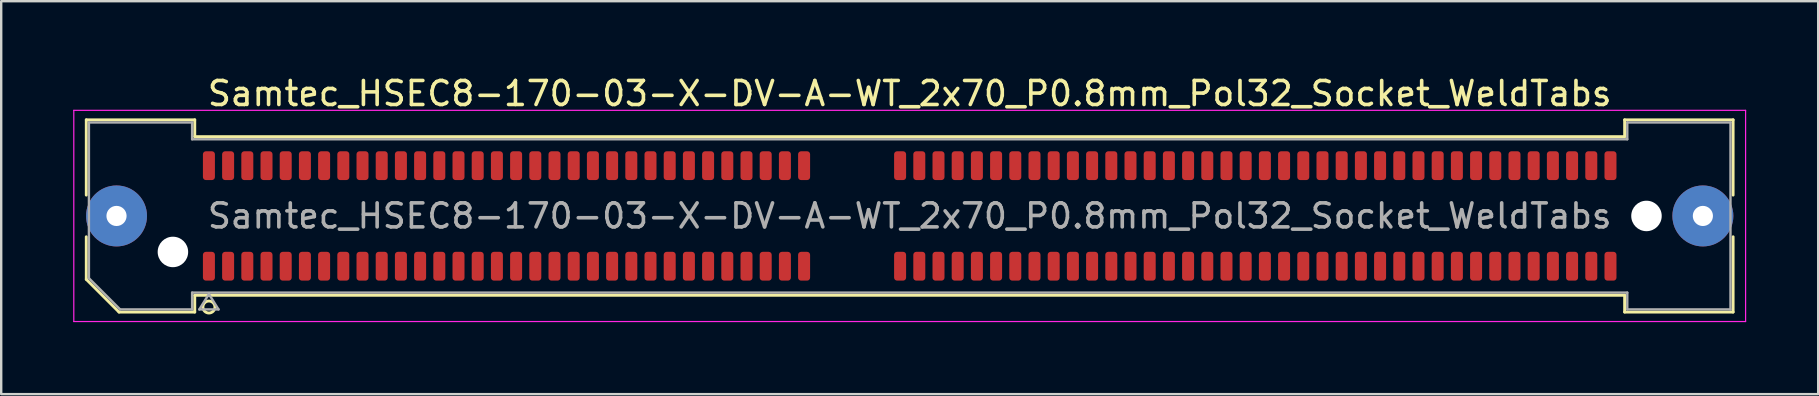
<source format=kicad_pcb>
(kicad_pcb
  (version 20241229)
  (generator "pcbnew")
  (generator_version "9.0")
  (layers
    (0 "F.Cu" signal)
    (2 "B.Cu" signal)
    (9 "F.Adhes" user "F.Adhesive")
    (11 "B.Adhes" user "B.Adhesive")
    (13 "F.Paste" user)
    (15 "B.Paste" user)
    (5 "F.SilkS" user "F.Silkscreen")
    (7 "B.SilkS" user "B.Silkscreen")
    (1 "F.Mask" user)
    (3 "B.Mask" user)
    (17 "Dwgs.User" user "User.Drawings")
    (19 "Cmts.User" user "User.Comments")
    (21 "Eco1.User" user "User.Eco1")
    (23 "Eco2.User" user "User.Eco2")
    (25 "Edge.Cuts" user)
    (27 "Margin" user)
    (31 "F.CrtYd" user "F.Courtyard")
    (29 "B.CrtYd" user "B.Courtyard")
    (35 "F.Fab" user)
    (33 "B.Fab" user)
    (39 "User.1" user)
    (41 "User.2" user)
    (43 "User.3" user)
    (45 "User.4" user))
  (footprint "Samtec_HSEC8-170-03-X-DV-A-WT_2x70_P0.8mm_Pol32_Socket_WeldTabs"
    (layer "F.Cu")
    (at 34.855 5.948)
    (property "Reference" "Samtec_HSEC8-170-03-X-DV-A-WT_2x70_P0.8mm_Pol32_Socket_WeldTabs" (at 0 -5.1 0) (layer "F.SilkS") (effects (font (size 1 1) (thickness 0.15))))
    (attr smd)
    (fp_line (start -34.31 -4.005) (end -29.79 -4.005) (stroke (width 0.12) (type solid)) (layer "F.SilkS"))
    (fp_line (start -34.31 -0.868) (end -34.31 -4.005) (stroke (width 0.12) (type solid)) (layer "F.SilkS"))
    (fp_line (start -34.31 2.641) (end -34.31 0.868) (stroke (width 0.12) (type solid)) (layer "F.SilkS"))
    (fp_line (start -32.946 4.005) (end -34.31 2.641) (stroke (width 0.12) (type solid)) (layer "F.SilkS"))
    (fp_line (start -29.79 -4.005) (end -29.79 -3.305) (stroke (width 0.12) (type solid)) (layer "F.SilkS"))
    (fp_line (start -29.79 -3.305) (end 29.79 -3.305) (stroke (width 0.12) (type solid)) (layer "F.SilkS"))
    (fp_line (start -29.79 3.305) (end -29.79 4.005) (stroke (width 0.12) (type solid)) (layer "F.SilkS"))
    (fp_line (start -29.79 4.005) (end -32.946 4.005) (stroke (width 0.12) (type solid)) (layer "F.SilkS"))
    (fp_line (start 29.79 -4.005) (end 34.31 -4.005) (stroke (width 0.12) (type solid)) (layer "F.SilkS"))
    (fp_line (start 29.79 -3.305) (end 29.79 -4.005) (stroke (width 0.12) (type solid)) (layer "F.SilkS"))
    (fp_line (start 29.79 3.305) (end -29.79 3.305) (stroke (width 0.12) (type solid)) (layer "F.SilkS"))
    (fp_line (start 29.79 4.005) (end 29.79 3.305) (stroke (width 0.12) (type solid)) (layer "F.SilkS"))
    (fp_line (start 34.31 -4.005) (end 34.31 -0.868) (stroke (width 0.12) (type solid)) (layer "F.SilkS"))
    (fp_line (start 34.31 0.868) (end 34.31 4.005) (stroke (width 0.12) (type solid)) (layer "F.SilkS"))
    (fp_line (start 34.31 4.005) (end 29.79 4.005) (stroke (width 0.12) (type solid)) (layer "F.SilkS"))
    (fp_circle (center -29.2 3.795) (end -28.95 3.795) (stroke (width 0.12) (type solid)) (fill no) (layer "F.SilkS"))
    (fp_line (start -34.83 -4.4) (end -34.83 4.4) (stroke (width 0.05) (type solid)) (layer "F.CrtYd"))
    (fp_line (start -34.83 4.4) (end 34.83 4.4) (stroke (width 0.05) (type solid)) (layer "F.CrtYd"))
    (fp_line (start 34.83 -4.4) (end -34.83 -4.4) (stroke (width 0.05) (type solid)) (layer "F.CrtYd"))
    (fp_line (start 34.83 4.4) (end 34.83 -4.4) (stroke (width 0.05) (type solid)) (layer "F.CrtYd"))
    (fp_line (start -34.2 -3.895) (end -29.9 -3.895) (stroke (width 0.1) (type solid)) (layer "F.Fab"))
    (fp_line (start -34.2 2.595) (end -34.2 -3.895) (stroke (width 0.1) (type solid)) (layer "F.Fab"))
    (fp_line (start -32.9 3.895) (end -34.2 2.595) (stroke (width 0.1) (type solid)) (layer "F.Fab"))
    (fp_line (start -29.9 -3.895) (end -29.9 -3.195) (stroke (width 0.1) (type solid)) (layer "F.Fab"))
    (fp_line (start -29.9 -3.195) (end 29.9 -3.195) (stroke (width 0.1) (type solid)) (layer "F.Fab"))
    (fp_line (start -29.9 3.195) (end -29.9 3.895) (stroke (width 0.1) (type solid)) (layer "F.Fab"))
    (fp_line (start -29.9 3.895) (end -32.9 3.895) (stroke (width 0.1) (type solid)) (layer "F.Fab"))
    (fp_line (start -29.6 3.895) (end -29.2 3.255) (stroke (width 0.1) (type solid)) (layer "F.Fab"))
    (fp_line (start -29.2 3.255) (end -28.8 3.895) (stroke (width 0.1) (type solid)) (layer "F.Fab"))
    (fp_line (start -28.8 3.895) (end -29.6 3.895) (stroke (width 0.1) (type solid)) (layer "F.Fab"))
    (fp_line (start 29.9 -3.895) (end 34.2 -3.895) (stroke (width 0.1) (type solid)) (layer "F.Fab"))
    (fp_line (start 29.9 -3.195) (end 29.9 -3.895) (stroke (width 0.1) (type solid)) (layer "F.Fab"))
    (fp_line (start 29.9 3.195) (end -29.9 3.195) (stroke (width 0.1) (type solid)) (layer "F.Fab"))
    (fp_line (start 29.9 3.895) (end 29.9 3.195) (stroke (width 0.1) (type solid)) (layer "F.Fab"))
    (fp_line (start 34.2 -3.895) (end 34.2 3.895) (stroke (width 0.1) (type solid)) (layer "F.Fab"))
    (fp_line (start 34.2 3.895) (end 29.9 3.895) (stroke (width 0.1) (type solid)) (layer "F.Fab"))
    (fp_text user "${REFERENCE}" (at 0 0 0) (layer "F.Fab") (effects (font (size 1 1) (thickness 0.15))))
    (pad "" thru_hole circle (at -33.05 0) (size 2.54 2.54) (drill 0.84) (layers "*.Cu" "*.Mask" "F.Paste"))
    (pad "" np_thru_hole circle (at -30.7 1.5) (size 1.27 1.27) (drill 1.27) (layers "*.Cu" "*.Mask"))
    (pad "" np_thru_hole circle (at 30.7 0) (size 1.27 1.27) (drill 1.27) (layers "*.Cu" "*.Mask"))
    (pad "" thru_hole circle (at 33.05 0) (size 2.54 2.54) (drill 0.84) (layers "*.Cu" "*.Mask" "F.Paste"))
    (pad "1" smd roundrect (at -29.2 2.095) (size 0.5 1.2) (layers "F.Cu" "F.Mask" "F.Paste") (roundrect_rratio 0.25))
    (pad "2" smd roundrect (at -29.2 -2.095) (size 0.5 1.2) (layers "F.Cu" "F.Mask" "F.Paste") (roundrect_rratio 0.25))
    (pad "3" smd roundrect (at -28.4 2.095) (size 0.5 1.2) (layers "F.Cu" "F.Mask" "F.Paste") (roundrect_rratio 0.25))
    (pad "4" smd roundrect (at -28.4 -2.095) (size 0.5 1.2) (layers "F.Cu" "F.Mask" "F.Paste") (roundrect_rratio 0.25))
    (pad "5" smd roundrect (at -27.6 2.095) (size 0.5 1.2) (layers "F.Cu" "F.Mask" "F.Paste") (roundrect_rratio 0.25))
    (pad "6" smd roundrect (at -27.6 -2.095) (size 0.5 1.2) (layers "F.Cu" "F.Mask" "F.Paste") (roundrect_rratio 0.25))
    (pad "7" smd roundrect (at -26.8 2.095) (size 0.5 1.2) (layers "F.Cu" "F.Mask" "F.Paste") (roundrect_rratio 0.25))
    (pad "8" smd roundrect (at -26.8 -2.095) (size 0.5 1.2) (layers "F.Cu" "F.Mask" "F.Paste") (roundrect_rratio 0.25))
    (pad "9" smd roundrect (at -26 2.095) (size 0.5 1.2) (layers "F.Cu" "F.Mask" "F.Paste") (roundrect_rratio 0.25))
    (pad "10" smd roundrect (at -26 -2.095) (size 0.5 1.2) (layers "F.Cu" "F.Mask" "F.Paste") (roundrect_rratio 0.25))
    (pad "11" smd roundrect (at -25.2 2.095) (size 0.5 1.2) (layers "F.Cu" "F.Mask" "F.Paste") (roundrect_rratio 0.25))
    (pad "12" smd roundrect (at -25.2 -2.095) (size 0.5 1.2) (layers "F.Cu" "F.Mask" "F.Paste") (roundrect_rratio 0.25))
    (pad "13" smd roundrect (at -24.4 2.095) (size 0.5 1.2) (layers "F.Cu" "F.Mask" "F.Paste") (roundrect_rratio 0.25))
    (pad "14" smd roundrect (at -24.4 -2.095) (size 0.5 1.2) (layers "F.Cu" "F.Mask" "F.Paste") (roundrect_rratio 0.25))
    (pad "15" smd roundrect (at -23.6 2.095) (size 0.5 1.2) (layers "F.Cu" "F.Mask" "F.Paste") (roundrect_rratio 0.25))
    (pad "16" smd roundrect (at -23.6 -2.095) (size 0.5 1.2) (layers "F.Cu" "F.Mask" "F.Paste") (roundrect_rratio 0.25))
    (pad "17" smd roundrect (at -22.8 2.095) (size 0.5 1.2) (layers "F.Cu" "F.Mask" "F.Paste") (roundrect_rratio 0.25))
    (pad "18" smd roundrect (at -22.8 -2.095) (size 0.5 1.2) (layers "F.Cu" "F.Mask" "F.Paste") (roundrect_rratio 0.25))
    (pad "19" smd roundrect (at -22 2.095) (size 0.5 1.2) (layers "F.Cu" "F.Mask" "F.Paste") (roundrect_rratio 0.25))
    (pad "20" smd roundrect (at -22 -2.095) (size 0.5 1.2) (layers "F.Cu" "F.Mask" "F.Paste") (roundrect_rratio 0.25))
    (pad "21" smd roundrect (at -21.2 2.095) (size 0.5 1.2) (layers "F.Cu" "F.Mask" "F.Paste") (roundrect_rratio 0.25))
    (pad "22" smd roundrect (at -21.2 -2.095) (size 0.5 1.2) (layers "F.Cu" "F.Mask" "F.Paste") (roundrect_rratio 0.25))
    (pad "23" smd roundrect (at -20.4 2.095) (size 0.5 1.2) (layers "F.Cu" "F.Mask" "F.Paste") (roundrect_rratio 0.25))
    (pad "24" smd roundrect (at -20.4 -2.095) (size 0.5 1.2) (layers "F.Cu" "F.Mask" "F.Paste") (roundrect_rratio 0.25))
    (pad "25" smd roundrect (at -19.6 2.095) (size 0.5 1.2) (layers "F.Cu" "F.Mask" "F.Paste") (roundrect_rratio 0.25))
    (pad "26" smd roundrect (at -19.6 -2.095) (size 0.5 1.2) (layers "F.Cu" "F.Mask" "F.Paste") (roundrect_rratio 0.25))
    (pad "27" smd roundrect (at -18.8 2.095) (size 0.5 1.2) (layers "F.Cu" "F.Mask" "F.Paste") (roundrect_rratio 0.25))
    (pad "28" smd roundrect (at -18.8 -2.095) (size 0.5 1.2) (layers "F.Cu" "F.Mask" "F.Paste") (roundrect_rratio 0.25))
    (pad "29" smd roundrect (at -18 2.095) (size 0.5 1.2) (layers "F.Cu" "F.Mask" "F.Paste") (roundrect_rratio 0.25))
    (pad "30" smd roundrect (at -18 -2.095) (size 0.5 1.2) (layers "F.Cu" "F.Mask" "F.Paste") (roundrect_rratio 0.25))
    (pad "31" smd roundrect (at -17.2 2.095) (size 0.5 1.2) (layers "F.Cu" "F.Mask" "F.Paste") (roundrect_rratio 0.25))
    (pad "32" smd roundrect (at -17.2 -2.095) (size 0.5 1.2) (layers "F.Cu" "F.Mask" "F.Paste") (roundrect_rratio 0.25))
    (pad "33" smd roundrect (at -16.4 2.095) (size 0.5 1.2) (layers "F.Cu" "F.Mask" "F.Paste") (roundrect_rratio 0.25))
    (pad "34" smd roundrect (at -16.4 -2.095) (size 0.5 1.2) (layers "F.Cu" "F.Mask" "F.Paste") (roundrect_rratio 0.25))
    (pad "35" smd roundrect (at -15.6 2.095) (size 0.5 1.2) (layers "F.Cu" "F.Mask" "F.Paste") (roundrect_rratio 0.25))
    (pad "36" smd roundrect (at -15.6 -2.095) (size 0.5 1.2) (layers "F.Cu" "F.Mask" "F.Paste") (roundrect_rratio 0.25))
    (pad "37" smd roundrect (at -14.8 2.095) (size 0.5 1.2) (layers "F.Cu" "F.Mask" "F.Paste") (roundrect_rratio 0.25))
    (pad "38" smd roundrect (at -14.8 -2.095) (size 0.5 1.2) (layers "F.Cu" "F.Mask" "F.Paste") (roundrect_rratio 0.25))
    (pad "39" smd roundrect (at -14 2.095) (size 0.5 1.2) (layers "F.Cu" "F.Mask" "F.Paste") (roundrect_rratio 0.25))
    (pad "40" smd roundrect (at -14 -2.095) (size 0.5 1.2) (layers "F.Cu" "F.Mask" "F.Paste") (roundrect_rratio 0.25))
    (pad "41" smd roundrect (at -13.2 2.095) (size 0.5 1.2) (layers "F.Cu" "F.Mask" "F.Paste") (roundrect_rratio 0.25))
    (pad "42" smd roundrect (at -13.2 -2.095) (size 0.5 1.2) (layers "F.Cu" "F.Mask" "F.Paste") (roundrect_rratio 0.25))
    (pad "43" smd roundrect (at -12.4 2.095) (size 0.5 1.2) (layers "F.Cu" "F.Mask" "F.Paste") (roundrect_rratio 0.25))
    (pad "44" smd roundrect (at -12.4 -2.095) (size 0.5 1.2) (layers "F.Cu" "F.Mask" "F.Paste") (roundrect_rratio 0.25))
    (pad "45" smd roundrect (at -11.6 2.095) (size 0.5 1.2) (layers "F.Cu" "F.Mask" "F.Paste") (roundrect_rratio 0.25))
    (pad "46" smd roundrect (at -11.6 -2.095) (size 0.5 1.2) (layers "F.Cu" "F.Mask" "F.Paste") (roundrect_rratio 0.25))
    (pad "47" smd roundrect (at -10.8 2.095) (size 0.5 1.2) (layers "F.Cu" "F.Mask" "F.Paste") (roundrect_rratio 0.25))
    (pad "48" smd roundrect (at -10.8 -2.095) (size 0.5 1.2) (layers "F.Cu" "F.Mask" "F.Paste") (roundrect_rratio 0.25))
    (pad "49" smd roundrect (at -10 2.095) (size 0.5 1.2) (layers "F.Cu" "F.Mask" "F.Paste") (roundrect_rratio 0.25))
    (pad "50" smd roundrect (at -10 -2.095) (size 0.5 1.2) (layers "F.Cu" "F.Mask" "F.Paste") (roundrect_rratio 0.25))
    (pad "51" smd roundrect (at -9.2 2.095) (size 0.5 1.2) (layers "F.Cu" "F.Mask" "F.Paste") (roundrect_rratio 0.25))
    (pad "52" smd roundrect (at -9.2 -2.095) (size 0.5 1.2) (layers "F.Cu" "F.Mask" "F.Paste") (roundrect_rratio 0.25))
    (pad "53" smd roundrect (at -8.4 2.095) (size 0.5 1.2) (layers "F.Cu" "F.Mask" "F.Paste") (roundrect_rratio 0.25))
    (pad "54" smd roundrect (at -8.4 -2.095) (size 0.5 1.2) (layers "F.Cu" "F.Mask" "F.Paste") (roundrect_rratio 0.25))
    (pad "55" smd roundrect (at -7.6 2.095) (size 0.5 1.2) (layers "F.Cu" "F.Mask" "F.Paste") (roundrect_rratio 0.25))
    (pad "56" smd roundrect (at -7.6 -2.095) (size 0.5 1.2) (layers "F.Cu" "F.Mask" "F.Paste") (roundrect_rratio 0.25))
    (pad "57" smd roundrect (at -6.8 2.095) (size 0.5 1.2) (layers "F.Cu" "F.Mask" "F.Paste") (roundrect_rratio 0.25))
    (pad "58" smd roundrect (at -6.8 -2.095) (size 0.5 1.2) (layers "F.Cu" "F.Mask" "F.Paste") (roundrect_rratio 0.25))
    (pad "59" smd roundrect (at -6 2.095) (size 0.5 1.2) (layers "F.Cu" "F.Mask" "F.Paste") (roundrect_rratio 0.25))
    (pad "60" smd roundrect (at -6 -2.095) (size 0.5 1.2) (layers "F.Cu" "F.Mask" "F.Paste") (roundrect_rratio 0.25))
    (pad "61" smd roundrect (at -5.2 2.095) (size 0.5 1.2) (layers "F.Cu" "F.Mask" "F.Paste") (roundrect_rratio 0.25))
    (pad "62" smd roundrect (at -5.2 -2.095) (size 0.5 1.2) (layers "F.Cu" "F.Mask" "F.Paste") (roundrect_rratio 0.25))
    (pad "63" smd roundrect (at -4.4 2.095) (size 0.5 1.2) (layers "F.Cu" "F.Mask" "F.Paste") (roundrect_rratio 0.25))
    (pad "64" smd roundrect (at -4.4 -2.095) (size 0.5 1.2) (layers "F.Cu" "F.Mask" "F.Paste") (roundrect_rratio 0.25))
    (pad "65" smd roundrect (at -0.4 2.095) (size 0.5 1.2) (layers "F.Cu" "F.Mask" "F.Paste") (roundrect_rratio 0.25))
    (pad "66" smd roundrect (at -0.4 -2.095) (size 0.5 1.2) (layers "F.Cu" "F.Mask" "F.Paste") (roundrect_rratio 0.25))
    (pad "67" smd roundrect (at 0.4 2.095) (size 0.5 1.2) (layers "F.Cu" "F.Mask" "F.Paste") (roundrect_rratio 0.25))
    (pad "68" smd roundrect (at 0.4 -2.095) (size 0.5 1.2) (layers "F.Cu" "F.Mask" "F.Paste") (roundrect_rratio 0.25))
    (pad "69" smd roundrect (at 1.2 2.095) (size 0.5 1.2) (layers "F.Cu" "F.Mask" "F.Paste") (roundrect_rratio 0.25))
    (pad "70" smd roundrect (at 1.2 -2.095) (size 0.5 1.2) (layers "F.Cu" "F.Mask" "F.Paste") (roundrect_rratio 0.25))
    (pad "71" smd roundrect (at 2 2.095) (size 0.5 1.2) (layers "F.Cu" "F.Mask" "F.Paste") (roundrect_rratio 0.25))
    (pad "72" smd roundrect (at 2 -2.095) (size 0.5 1.2) (layers "F.Cu" "F.Mask" "F.Paste") (roundrect_rratio 0.25))
    (pad "73" smd roundrect (at 2.8 2.095) (size 0.5 1.2) (layers "F.Cu" "F.Mask" "F.Paste") (roundrect_rratio 0.25))
    (pad "74" smd roundrect (at 2.8 -2.095) (size 0.5 1.2) (layers "F.Cu" "F.Mask" "F.Paste") (roundrect_rratio 0.25))
    (pad "75" smd roundrect (at 3.6 2.095) (size 0.5 1.2) (layers "F.Cu" "F.Mask" "F.Paste") (roundrect_rratio 0.25))
    (pad "76" smd roundrect (at 3.6 -2.095) (size 0.5 1.2) (layers "F.Cu" "F.Mask" "F.Paste") (roundrect_rratio 0.25))
    (pad "77" smd roundrect (at 4.4 2.095) (size 0.5 1.2) (layers "F.Cu" "F.Mask" "F.Paste") (roundrect_rratio 0.25))
    (pad "78" smd roundrect (at 4.4 -2.095) (size 0.5 1.2) (layers "F.Cu" "F.Mask" "F.Paste") (roundrect_rratio 0.25))
    (pad "79" smd roundrect (at 5.2 2.095) (size 0.5 1.2) (layers "F.Cu" "F.Mask" "F.Paste") (roundrect_rratio 0.25))
    (pad "80" smd roundrect (at 5.2 -2.095) (size 0.5 1.2) (layers "F.Cu" "F.Mask" "F.Paste") (roundrect_rratio 0.25))
    (pad "81" smd roundrect (at 6 2.095) (size 0.5 1.2) (layers "F.Cu" "F.Mask" "F.Paste") (roundrect_rratio 0.25))
    (pad "82" smd roundrect (at 6 -2.095) (size 0.5 1.2) (layers "F.Cu" "F.Mask" "F.Paste") (roundrect_rratio 0.25))
    (pad "83" smd roundrect (at 6.8 2.095) (size 0.5 1.2) (layers "F.Cu" "F.Mask" "F.Paste") (roundrect_rratio 0.25))
    (pad "84" smd roundrect (at 6.8 -2.095) (size 0.5 1.2) (layers "F.Cu" "F.Mask" "F.Paste") (roundrect_rratio 0.25))
    (pad "85" smd roundrect (at 7.6 2.095) (size 0.5 1.2) (layers "F.Cu" "F.Mask" "F.Paste") (roundrect_rratio 0.25))
    (pad "86" smd roundrect (at 7.6 -2.095) (size 0.5 1.2) (layers "F.Cu" "F.Mask" "F.Paste") (roundrect_rratio 0.25))
    (pad "87" smd roundrect (at 8.4 2.095) (size 0.5 1.2) (layers "F.Cu" "F.Mask" "F.Paste") (roundrect_rratio 0.25))
    (pad "88" smd roundrect (at 8.4 -2.095) (size 0.5 1.2) (layers "F.Cu" "F.Mask" "F.Paste") (roundrect_rratio 0.25))
    (pad "89" smd roundrect (at 9.2 2.095) (size 0.5 1.2) (layers "F.Cu" "F.Mask" "F.Paste") (roundrect_rratio 0.25))
    (pad "90" smd roundrect (at 9.2 -2.095) (size 0.5 1.2) (layers "F.Cu" "F.Mask" "F.Paste") (roundrect_rratio 0.25))
    (pad "91" smd roundrect (at 10 2.095) (size 0.5 1.2) (layers "F.Cu" "F.Mask" "F.Paste") (roundrect_rratio 0.25))
    (pad "92" smd roundrect (at 10 -2.095) (size 0.5 1.2) (layers "F.Cu" "F.Mask" "F.Paste") (roundrect_rratio 0.25))
    (pad "93" smd roundrect (at 10.8 2.095) (size 0.5 1.2) (layers "F.Cu" "F.Mask" "F.Paste") (roundrect_rratio 0.25))
    (pad "94" smd roundrect (at 10.8 -2.095) (size 0.5 1.2) (layers "F.Cu" "F.Mask" "F.Paste") (roundrect_rratio 0.25))
    (pad "95" smd roundrect (at 11.6 2.095) (size 0.5 1.2) (layers "F.Cu" "F.Mask" "F.Paste") (roundrect_rratio 0.25))
    (pad "96" smd roundrect (at 11.6 -2.095) (size 0.5 1.2) (layers "F.Cu" "F.Mask" "F.Paste") (roundrect_rratio 0.25))
    (pad "97" smd roundrect (at 12.4 2.095) (size 0.5 1.2) (layers "F.Cu" "F.Mask" "F.Paste") (roundrect_rratio 0.25))
    (pad "98" smd roundrect (at 12.4 -2.095) (size 0.5 1.2) (layers "F.Cu" "F.Mask" "F.Paste") (roundrect_rratio 0.25))
    (pad "99" smd roundrect (at 13.2 2.095) (size 0.5 1.2) (layers "F.Cu" "F.Mask" "F.Paste") (roundrect_rratio 0.25))
    (pad "100" smd roundrect (at 13.2 -2.095) (size 0.5 1.2) (layers "F.Cu" "F.Mask" "F.Paste") (roundrect_rratio 0.25))
    (pad "101" smd roundrect (at 14 2.095) (size 0.5 1.2) (layers "F.Cu" "F.Mask" "F.Paste") (roundrect_rratio 0.25))
    (pad "102" smd roundrect (at 14 -2.095) (size 0.5 1.2) (layers "F.Cu" "F.Mask" "F.Paste") (roundrect_rratio 0.25))
    (pad "103" smd roundrect (at 14.8 2.095) (size 0.5 1.2) (layers "F.Cu" "F.Mask" "F.Paste") (roundrect_rratio 0.25))
    (pad "104" smd roundrect (at 14.8 -2.095) (size 0.5 1.2) (layers "F.Cu" "F.Mask" "F.Paste") (roundrect_rratio 0.25))
    (pad "105" smd roundrect (at 15.6 2.095) (size 0.5 1.2) (layers "F.Cu" "F.Mask" "F.Paste") (roundrect_rratio 0.25))
    (pad "106" smd roundrect (at 15.6 -2.095) (size 0.5 1.2) (layers "F.Cu" "F.Mask" "F.Paste") (roundrect_rratio 0.25))
    (pad "107" smd roundrect (at 16.4 2.095) (size 0.5 1.2) (layers "F.Cu" "F.Mask" "F.Paste") (roundrect_rratio 0.25))
    (pad "108" smd roundrect (at 16.4 -2.095) (size 0.5 1.2) (layers "F.Cu" "F.Mask" "F.Paste") (roundrect_rratio 0.25))
    (pad "109" smd roundrect (at 17.2 2.095) (size 0.5 1.2) (layers "F.Cu" "F.Mask" "F.Paste") (roundrect_rratio 0.25))
    (pad "110" smd roundrect (at 17.2 -2.095) (size 0.5 1.2) (layers "F.Cu" "F.Mask" "F.Paste") (roundrect_rratio 0.25))
    (pad "111" smd roundrect (at 18 2.095) (size 0.5 1.2) (layers "F.Cu" "F.Mask" "F.Paste") (roundrect_rratio 0.25))
    (pad "112" smd roundrect (at 18 -2.095) (size 0.5 1.2) (layers "F.Cu" "F.Mask" "F.Paste") (roundrect_rratio 0.25))
    (pad "113" smd roundrect (at 18.8 2.095) (size 0.5 1.2) (layers "F.Cu" "F.Mask" "F.Paste") (roundrect_rratio 0.25))
    (pad "114" smd roundrect (at 18.8 -2.095) (size 0.5 1.2) (layers "F.Cu" "F.Mask" "F.Paste") (roundrect_rratio 0.25))
    (pad "115" smd roundrect (at 19.6 2.095) (size 0.5 1.2) (layers "F.Cu" "F.Mask" "F.Paste") (roundrect_rratio 0.25))
    (pad "116" smd roundrect (at 19.6 -2.095) (size 0.5 1.2) (layers "F.Cu" "F.Mask" "F.Paste") (roundrect_rratio 0.25))
    (pad "117" smd roundrect (at 20.4 2.095) (size 0.5 1.2) (layers "F.Cu" "F.Mask" "F.Paste") (roundrect_rratio 0.25))
    (pad "118" smd roundrect (at 20.4 -2.095) (size 0.5 1.2) (layers "F.Cu" "F.Mask" "F.Paste") (roundrect_rratio 0.25))
    (pad "119" smd roundrect (at 21.2 2.095) (size 0.5 1.2) (layers "F.Cu" "F.Mask" "F.Paste") (roundrect_rratio 0.25))
    (pad "120" smd roundrect (at 21.2 -2.095) (size 0.5 1.2) (layers "F.Cu" "F.Mask" "F.Paste") (roundrect_rratio 0.25))
    (pad "121" smd roundrect (at 22 2.095) (size 0.5 1.2) (layers "F.Cu" "F.Mask" "F.Paste") (roundrect_rratio 0.25))
    (pad "122" smd roundrect (at 22 -2.095) (size 0.5 1.2) (layers "F.Cu" "F.Mask" "F.Paste") (roundrect_rratio 0.25))
    (pad "123" smd roundrect (at 22.8 2.095) (size 0.5 1.2) (layers "F.Cu" "F.Mask" "F.Paste") (roundrect_rratio 0.25))
    (pad "124" smd roundrect (at 22.8 -2.095) (size 0.5 1.2) (layers "F.Cu" "F.Mask" "F.Paste") (roundrect_rratio 0.25))
    (pad "125" smd roundrect (at 23.6 2.095) (size 0.5 1.2) (layers "F.Cu" "F.Mask" "F.Paste") (roundrect_rratio 0.25))
    (pad "126" smd roundrect (at 23.6 -2.095) (size 0.5 1.2) (layers "F.Cu" "F.Mask" "F.Paste") (roundrect_rratio 0.25))
    (pad "127" smd roundrect (at 24.4 2.095) (size 0.5 1.2) (layers "F.Cu" "F.Mask" "F.Paste") (roundrect_rratio 0.25))
    (pad "128" smd roundrect (at 24.4 -2.095) (size 0.5 1.2) (layers "F.Cu" "F.Mask" "F.Paste") (roundrect_rratio 0.25))
    (pad "129" smd roundrect (at 25.2 2.095) (size 0.5 1.2) (layers "F.Cu" "F.Mask" "F.Paste") (roundrect_rratio 0.25))
    (pad "130" smd roundrect (at 25.2 -2.095) (size 0.5 1.2) (layers "F.Cu" "F.Mask" "F.Paste") (roundrect_rratio 0.25))
    (pad "131" smd roundrect (at 26 2.095) (size 0.5 1.2) (layers "F.Cu" "F.Mask" "F.Paste") (roundrect_rratio 0.25))
    (pad "132" smd roundrect (at 26 -2.095) (size 0.5 1.2) (layers "F.Cu" "F.Mask" "F.Paste") (roundrect_rratio 0.25))
    (pad "133" smd roundrect (at 26.8 2.095) (size 0.5 1.2) (layers "F.Cu" "F.Mask" "F.Paste") (roundrect_rratio 0.25))
    (pad "134" smd roundrect (at 26.8 -2.095) (size 0.5 1.2) (layers "F.Cu" "F.Mask" "F.Paste") (roundrect_rratio 0.25))
    (pad "135" smd roundrect (at 27.6 2.095) (size 0.5 1.2) (layers "F.Cu" "F.Mask" "F.Paste") (roundrect_rratio 0.25))
    (pad "136" smd roundrect (at 27.6 -2.095) (size 0.5 1.2) (layers "F.Cu" "F.Mask" "F.Paste") (roundrect_rratio 0.25))
    (pad "137" smd roundrect (at 28.4 2.095) (size 0.5 1.2) (layers "F.Cu" "F.Mask" "F.Paste") (roundrect_rratio 0.25))
    (pad "138" smd roundrect (at 28.4 -2.095) (size 0.5 1.2) (layers "F.Cu" "F.Mask" "F.Paste") (roundrect_rratio 0.25))
    (pad "139" smd roundrect (at 29.2 2.095) (size 0.5 1.2) (layers "F.Cu" "F.Mask" "F.Paste") (roundrect_rratio 0.25))
    (pad "140" smd roundrect (at 29.2 -2.095) (size 0.5 1.2) (layers "F.Cu" "F.Mask" "F.Paste") (roundrect_rratio 0.25)))
  (gr_rect
    (start -3 -3)
    (end 72.71 13.373)
    (stroke (width 0.1) (type default))
    (fill no)
    (layer "Edge.Cuts")))
</source>
